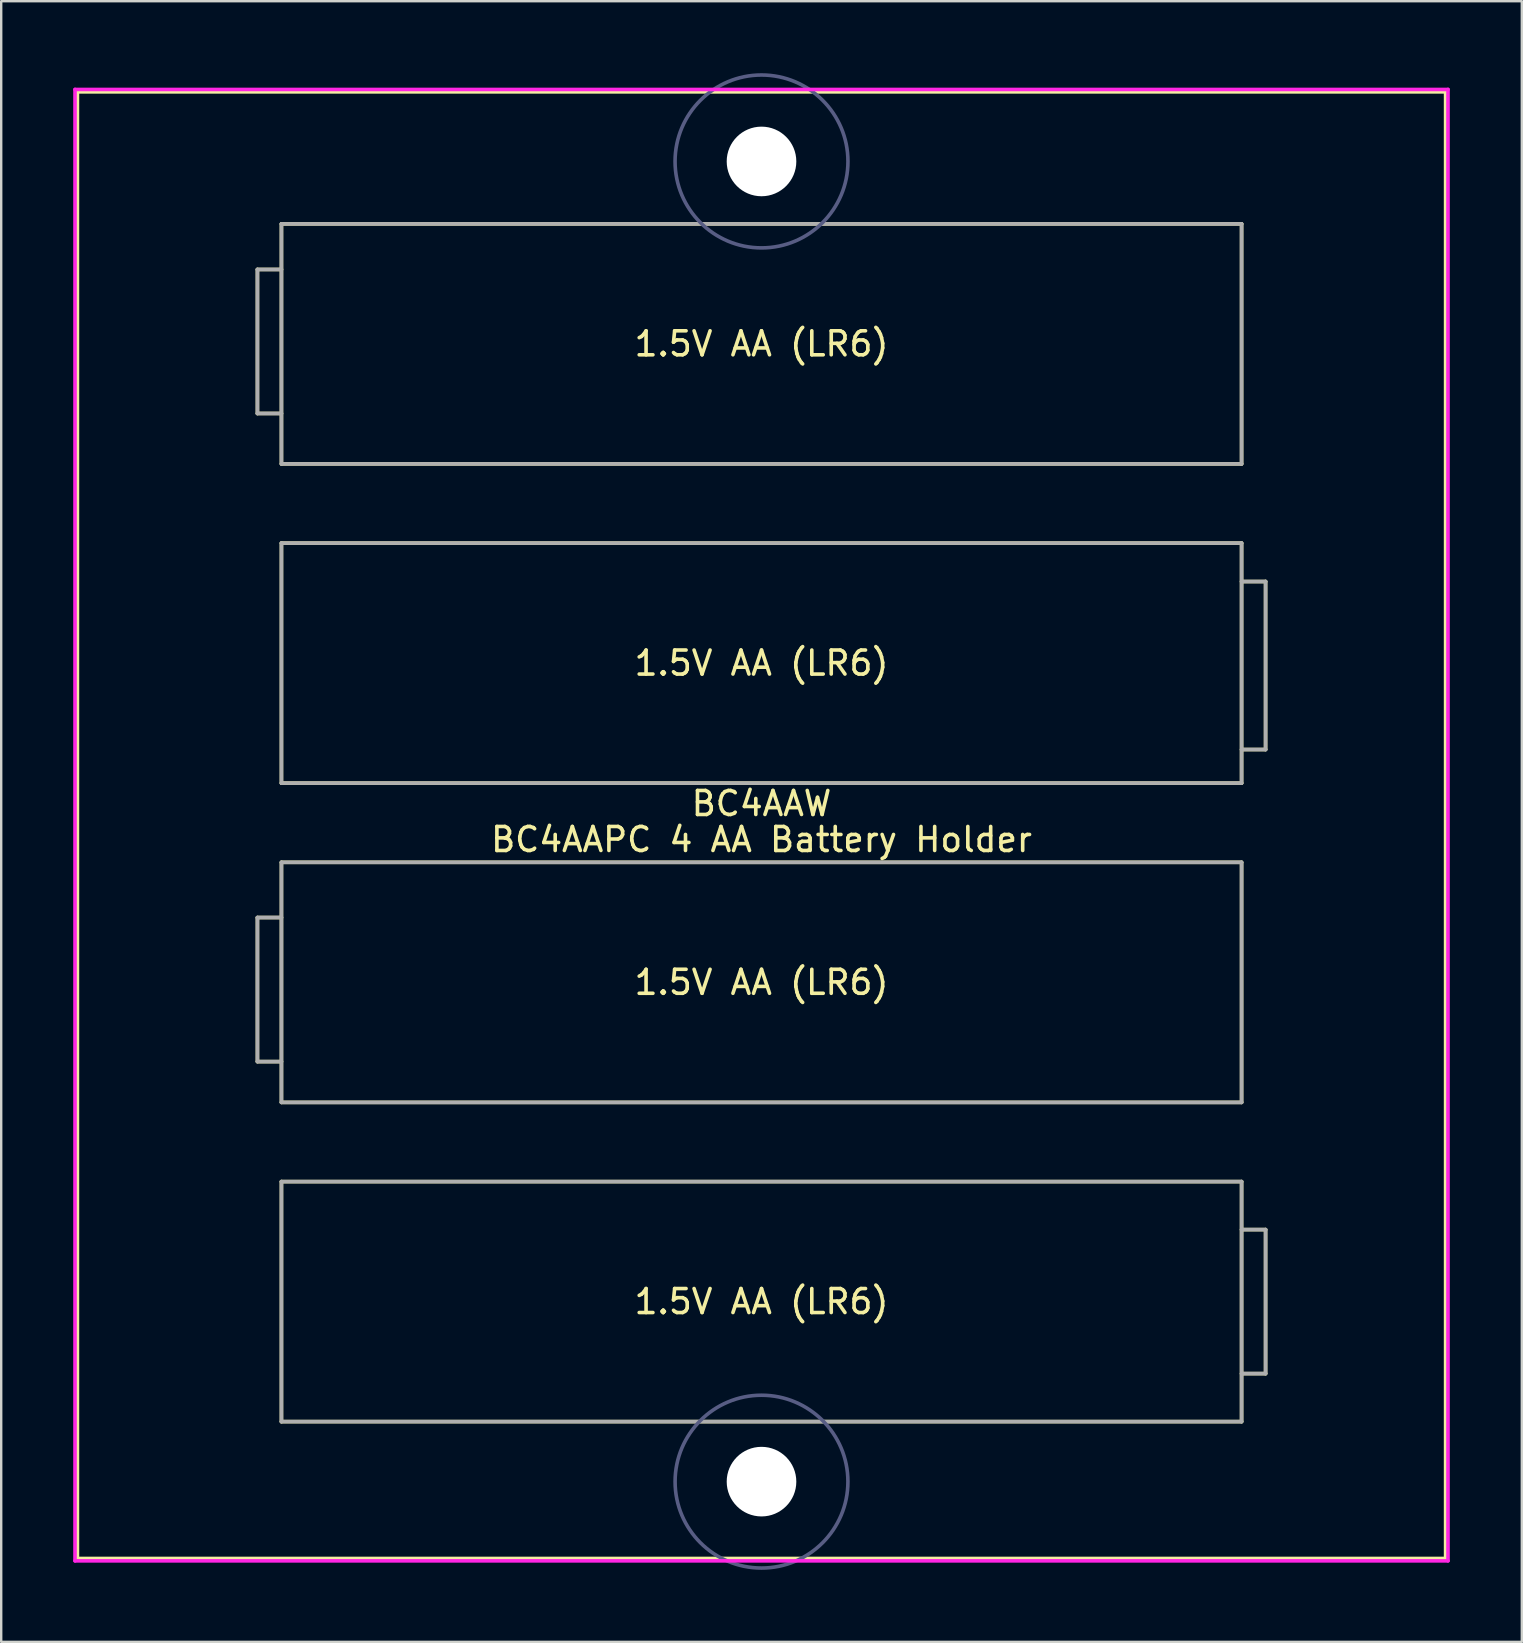
<source format=kicad_pcb>
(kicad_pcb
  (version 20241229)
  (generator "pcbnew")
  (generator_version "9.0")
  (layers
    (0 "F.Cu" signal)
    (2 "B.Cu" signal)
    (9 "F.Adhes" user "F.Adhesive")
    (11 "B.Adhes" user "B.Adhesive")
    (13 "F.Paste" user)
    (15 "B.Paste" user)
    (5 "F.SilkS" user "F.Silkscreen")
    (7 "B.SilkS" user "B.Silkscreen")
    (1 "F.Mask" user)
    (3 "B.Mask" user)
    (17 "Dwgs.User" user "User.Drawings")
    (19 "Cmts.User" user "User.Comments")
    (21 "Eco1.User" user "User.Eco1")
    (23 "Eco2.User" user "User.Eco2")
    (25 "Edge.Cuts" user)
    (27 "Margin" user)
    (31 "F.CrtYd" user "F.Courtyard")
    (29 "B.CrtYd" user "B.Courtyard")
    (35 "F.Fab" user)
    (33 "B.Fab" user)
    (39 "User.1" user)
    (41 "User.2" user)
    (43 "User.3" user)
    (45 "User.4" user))
  (footprint "BC4AAW"
    (layer "F.Cu")
    (at 28.675 31.176)
    (property "Reference" "BC4AAW" (at 0 -0.75 0) (layer "F.SilkS") (effects (font (size 1 1) (thickness 0.15))))
    (attr through_hole)
    (fp_line (start -28.5 -30.4) (end 28.5 -30.4) (stroke (width 0.15) (type solid)) (layer "F.SilkS"))
    (fp_line (start -28.5 30.7) (end -28.5 -30.4) (stroke (width 0.15) (type solid)) (layer "F.SilkS"))
    (fp_line (start -21 -23) (end -21 -17) (stroke (width 0.15) (type solid)) (layer "F.SilkS"))
    (fp_line (start -21 -17) (end -20 -17) (stroke (width 0.15) (type solid)) (layer "F.SilkS"))
    (fp_line (start -21 4) (end -21 10) (stroke (width 0.15) (type solid)) (layer "F.SilkS"))
    (fp_line (start -21 10) (end -20 10) (stroke (width 0.15) (type solid)) (layer "F.SilkS"))
    (fp_line (start -20 -24.9) (end 20 -24.9) (stroke (width 0.15) (type solid)) (layer "F.SilkS"))
    (fp_line (start -20 -23) (end -21 -23) (stroke (width 0.15) (type solid)) (layer "F.SilkS"))
    (fp_line (start -20 -14.9) (end -20 -24.9) (stroke (width 0.15) (type solid)) (layer "F.SilkS"))
    (fp_line (start -20 -11.6) (end 20 -11.6) (stroke (width 0.15) (type solid)) (layer "F.SilkS"))
    (fp_line (start -20 -1.6) (end -20 -11.6) (stroke (width 0.15) (type solid)) (layer "F.SilkS"))
    (fp_line (start -20 1.7) (end 20 1.7) (stroke (width 0.15) (type solid)) (layer "F.SilkS"))
    (fp_line (start -20 4) (end -21 4) (stroke (width 0.15) (type solid)) (layer "F.SilkS"))
    (fp_line (start -20 11.7) (end -20 1.7) (stroke (width 0.15) (type solid)) (layer "F.SilkS"))
    (fp_line (start -20 15) (end 20 15) (stroke (width 0.15) (type solid)) (layer "F.SilkS"))
    (fp_line (start -20 25) (end -20 15) (stroke (width 0.15) (type solid)) (layer "F.SilkS"))
    (fp_line (start 20 -24.9) (end 20 -14.9) (stroke (width 0.15) (type solid)) (layer "F.SilkS"))
    (fp_line (start 20 -14.9) (end -20 -14.9) (stroke (width 0.15) (type solid)) (layer "F.SilkS"))
    (fp_line (start 20 -11.6) (end 20 -1.6) (stroke (width 0.15) (type solid)) (layer "F.SilkS"))
    (fp_line (start 20 -10) (end 21 -10) (stroke (width 0.15) (type solid)) (layer "F.SilkS"))
    (fp_line (start 20 -1.6) (end -20 -1.6) (stroke (width 0.15) (type solid)) (layer "F.SilkS"))
    (fp_line (start 20 1.7) (end 20 11.7) (stroke (width 0.15) (type solid)) (layer "F.SilkS"))
    (fp_line (start 20 11.7) (end -20 11.7) (stroke (width 0.15) (type solid)) (layer "F.SilkS"))
    (fp_line (start 20 15) (end 20 25) (stroke (width 0.15) (type solid)) (layer "F.SilkS"))
    (fp_line (start 20 17) (end 21 17) (stroke (width 0.15) (type solid)) (layer "F.SilkS"))
    (fp_line (start 20 25) (end -20 25) (stroke (width 0.15) (type solid)) (layer "F.SilkS"))
    (fp_line (start 21 -10) (end 21 -3) (stroke (width 0.15) (type solid)) (layer "F.SilkS"))
    (fp_line (start 21 -3) (end 20 -3) (stroke (width 0.15) (type solid)) (layer "F.SilkS"))
    (fp_line (start 21 17) (end 21 23) (stroke (width 0.15) (type solid)) (layer "F.SilkS"))
    (fp_line (start 21 23) (end 20 23) (stroke (width 0.15) (type solid)) (layer "F.SilkS"))
    (fp_line (start 28.5 -30.4) (end 28.5 30.7) (stroke (width 0.15) (type solid)) (layer "F.SilkS"))
    (fp_line (start 28.5 30.7) (end -28.5 30.7) (stroke (width 0.15) (type solid)) (layer "F.SilkS"))
    (fp_line (start -28.6 -30.5) (end 28.6 -30.5) (stroke (width 0.15) (type solid)) (layer "F.CrtYd"))
    (fp_line (start -28.6 30.8) (end -28.6 -30.5) (stroke (width 0.15) (type solid)) (layer "F.CrtYd"))
    (fp_line (start 28.6 -30.5) (end 28.6 30.8) (stroke (width 0.15) (type solid)) (layer "F.CrtYd"))
    (fp_line (start 28.6 30.8) (end -28.6 30.8) (stroke (width 0.15) (type solid)) (layer "F.CrtYd"))
    (fp_circle (center 0 -27.5) (end 3.6 -27.6) (stroke (width 0.15) (type solid)) (fill no) (layer "B.Fab"))
    (fp_circle (center 0 27.5) (end 3.6 27.5) (stroke (width 0.15) (type solid)) (fill no) (layer "B.Fab"))
    (fp_line (start -21 -23) (end -21 -17) (stroke (width 0.15) (type solid)) (layer "F.Fab"))
    (fp_line (start -21 -17) (end -20 -17) (stroke (width 0.15) (type solid)) (layer "F.Fab"))
    (fp_line (start -21 4) (end -21 10) (stroke (width 0.15) (type solid)) (layer "F.Fab"))
    (fp_line (start -21 10) (end -20 10) (stroke (width 0.15) (type solid)) (layer "F.Fab"))
    (fp_line (start -20 -24.9) (end 20 -24.9) (stroke (width 0.15) (type solid)) (layer "F.Fab"))
    (fp_line (start -20 -23) (end -21 -23) (stroke (width 0.15) (type solid)) (layer "F.Fab"))
    (fp_line (start -20 -14.9) (end -20 -24.9) (stroke (width 0.15) (type solid)) (layer "F.Fab"))
    (fp_line (start -20 -11.6) (end 20 -11.6) (stroke (width 0.15) (type solid)) (layer "F.Fab"))
    (fp_line (start -20 -1.6) (end -20 -11.6) (stroke (width 0.15) (type solid)) (layer "F.Fab"))
    (fp_line (start -20 1.7) (end 20 1.7) (stroke (width 0.15) (type solid)) (layer "F.Fab"))
    (fp_line (start -20 4) (end -21 4) (stroke (width 0.15) (type solid)) (layer "F.Fab"))
    (fp_line (start -20 11.7) (end -20 1.7) (stroke (width 0.15) (type solid)) (layer "F.Fab"))
    (fp_line (start -20 15) (end 20 15) (stroke (width 0.15) (type solid)) (layer "F.Fab"))
    (fp_line (start -20 25) (end -20 15) (stroke (width 0.15) (type solid)) (layer "F.Fab"))
    (fp_line (start 20 -24.9) (end 20 -14.9) (stroke (width 0.15) (type solid)) (layer "F.Fab"))
    (fp_line (start 20 -14.9) (end -20 -14.9) (stroke (width 0.15) (type solid)) (layer "F.Fab"))
    (fp_line (start 20 -11.6) (end 20 -1.6) (stroke (width 0.15) (type solid)) (layer "F.Fab"))
    (fp_line (start 20 -3) (end 21 -3) (stroke (width 0.15) (type solid)) (layer "F.Fab"))
    (fp_line (start 20 -1.6) (end -20 -1.6) (stroke (width 0.15) (type solid)) (layer "F.Fab"))
    (fp_line (start 20 1.7) (end 20 11.7) (stroke (width 0.15) (type solid)) (layer "F.Fab"))
    (fp_line (start 20 11.7) (end -20 11.7) (stroke (width 0.15) (type solid)) (layer "F.Fab"))
    (fp_line (start 20 15) (end 20 25) (stroke (width 0.15) (type solid)) (layer "F.Fab"))
    (fp_line (start 20 17) (end 21 17) (stroke (width 0.15) (type solid)) (layer "F.Fab"))
    (fp_line (start 20 25) (end -20 25) (stroke (width 0.15) (type solid)) (layer "F.Fab"))
    (fp_line (start 21 -10) (end 20 -10) (stroke (width 0.15) (type solid)) (layer "F.Fab"))
    (fp_line (start 21 -3) (end 21 -10) (stroke (width 0.15) (type solid)) (layer "F.Fab"))
    (fp_line (start 21 17) (end 21 23) (stroke (width 0.15) (type solid)) (layer "F.Fab"))
    (fp_line (start 21 23) (end 20 23) (stroke (width 0.15) (type solid)) (layer "F.Fab"))
    (fp_text user "1.5V AA (LR6)" (at 0 6.7 0) (layer "F.SilkS") (effects (font (size 1 1) (thickness 0.15))))
    (fp_text user "1.5V AA (LR6)" (at 0 -19.9 0) (layer "F.SilkS") (effects (font (size 1 1) (thickness 0.15))))
    (fp_text user "BC4AAPC 4 AA Battery Holder" (at 0 0.75 0) (layer "F.SilkS") (effects (font (size 1 1) (thickness 0.15))))
    (fp_text user "1.5V AA (LR6)" (at 0 -6.6 0) (layer "F.SilkS") (effects (font (size 1 1) (thickness 0.15))))
    (fp_text user "1.5V AA (LR6)" (at 0 20 0) (layer "F.SilkS") (effects (font (size 1 1) (thickness 0.15))))
    (pad "" np_thru_hole circle (at 0 -27.5) (size 2.9 2.9) (drill 2.9) (layers "*.Cu" "*.Mask"))
    (pad "" np_thru_hole circle (at 0 27.5) (size 2.9 2.9) (drill 2.9) (layers "*.Cu" "*.Mask")))
  (gr_rect
    (start -3 -3)
    (end 60.35 65.351)
    (stroke (width 0.1) (type default))
    (fill no)
    (layer "Edge.Cuts")))
</source>
